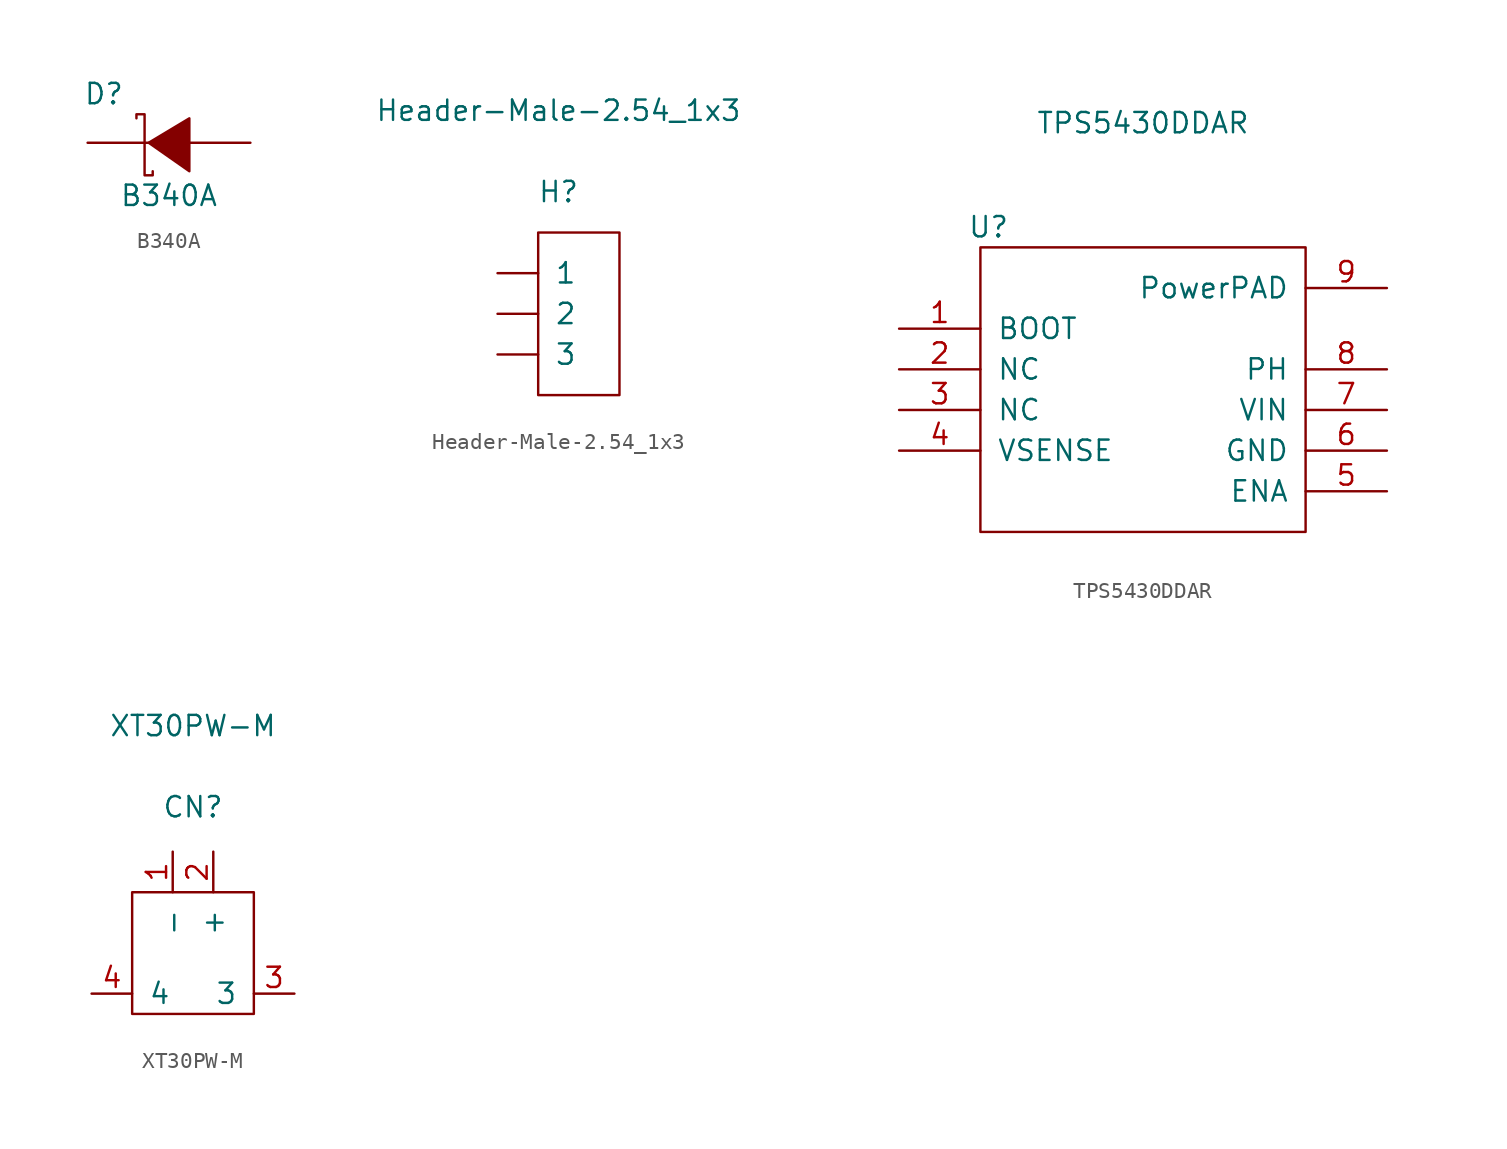
<source format=kicad_sym>
(kicad_symbol_lib
  (version 20231120)
  (generator "kicad_symbol_editor")
  (generator_version "8.0")
  (symbol "B340A"
    (pin_numbers hide)
    (pin_names
      (offset 1.016) hide)
    (property "Reference" "D"
      (at -4.064 3.048 0)
      (effects (font (size 1.27 1.27))))
    (property "Value" "B340A"
      (at 0 -3.302 0)
      (effects (font (size 1.27 1.27))))
    (symbol "B340A_1_1"
      (polyline (pts (xy 1.27 1.524) (xy -1.27 0) (xy 1.27 -1.778) (xy 1.27 1.524)) (stroke (width 0.152) (type solid)) (fill (type outline)))
      (polyline (pts (xy -2.032 1.524) (xy -2.032 1.778) (xy -1.524 1.778) (xy -1.524 -2.032) (xy -1.016 -2.032) (xy -1.016 -1.778)) (stroke (width 0.152) (type solid)) (fill (type none)))
      (pin input line (at -5.08 0 0) (length 3.81) (name "K" (effects (font (size 1.27 1.27)))) (number "1" (effects (font (size 1.27 1.27)))))
      (pin input line (at 5.08 0 180) (length 3.81) (name "A" (effects (font (size 1.27 1.27)))) (number "2" (effects (font (size 1.27 1.27)))))))
  (symbol "Header-Male-2.54_1x3"
    (pin_numbers hide)
    (pin_names
      (offset 1.016))
    (property "Reference" "H"
      (at 0 7.62 0)
      (effects (font (size 1.27 1.27))))
    (property "Value" "Header-Male-2.54_1x3"
      (at 0 12.7 0)
      (effects (font (size 1.27 1.27))))
    (symbol "Header-Male-2.54_1x3_1_1"
      (rectangle (start -1.27 5.08) (end 3.81 -5.08) (stroke (width 0.152) (type solid)) (fill (type none)))
      (pin input line (at -3.81 2.54 0) (length 2.54) (name "1" (effects (font (size 1.27 1.27)))) (number "1" (effects (font (size 1.27 1.27)))))
      (pin input line (at -3.81 0 0) (length 2.54) (name "2" (effects (font (size 1.27 1.27)))) (number "2" (effects (font (size 1.27 1.27)))))
      (pin input line (at -3.81 -2.54 0) (length 2.54) (name "3" (effects (font (size 1.27 1.27)))) (number "3" (effects (font (size 1.27 1.27)))))))
  (symbol "TPS5430DDAR"
    (pin_names
      (offset 1.016))
    (property "Reference" "U"
      (at -9.652 10.16 0)
      (effects (font (size 1.27 1.27))))
    (property "Value" "TPS5430DDAR"
      (at 0 16.662 0)
      (effects (font (size 1.27 1.27))))
    (symbol "TPS5430DDAR_1_1"
      (rectangle (start -10.16 8.89) (end 10.16 -8.89) (stroke (width 0.152) (type solid)) (fill (type none)))
      (pin input line (at -15.24 3.81 0) (length 5.08) (name "BOOT" (effects (font (size 1.27 1.27)))) (number "1" (effects (font (size 1.27 1.27)))))
      (pin input line (at -15.24 1.27 0) (length 5.08) (name "NC" (effects (font (size 1.27 1.27)))) (number "2" (effects (font (size 1.27 1.27)))))
      (pin input line (at -15.24 -1.27 0) (length 5.08) (name "NC" (effects (font (size 1.27 1.27)))) (number "3" (effects (font (size 1.27 1.27)))))
      (pin input line (at -15.24 -3.81 0) (length 5.08) (name "VSENSE" (effects (font (size 1.27 1.27)))) (number "4" (effects (font (size 1.27 1.27)))))
      (pin input line (at 15.24 -6.35 180) (length 5.08) (name "ENA" (effects (font (size 1.27 1.27)))) (number "5" (effects (font (size 1.27 1.27)))))
      (pin input line (at 15.24 -3.81 180) (length 5.08) (name "GND" (effects (font (size 1.27 1.27)))) (number "6" (effects (font (size 1.27 1.27)))))
      (pin input line (at 15.24 -1.27 180) (length 5.08) (name "VIN" (effects (font (size 1.27 1.27)))) (number "7" (effects (font (size 1.27 1.27)))))
      (pin input line (at 15.24 1.27 180) (length 5.08) (name "PH" (effects (font (size 1.27 1.27)))) (number "8" (effects (font (size 1.27 1.27)))))
      (pin input line (at 15.24 6.35 180) (length 5.08) (name "PowerPAD" (effects (font (size 1.27 1.27)))) (number "9" (effects (font (size 1.27 1.27)))))))
  (symbol "XT30PW-M"
    (pin_names
      (offset 1.016))
    (property "Reference" "CN"
      (at 0 7.874 0)
      (effects (font (size 1.27 1.27))))
    (property "Value" "XT30PW-M"
      (at 0 12.954 0)
      (effects (font (size 1.27 1.27))))
    (symbol "XT30PW-M_1_1"
      (rectangle (start -3.81 2.54) (end 3.81 -5.08) (stroke (width 0.152) (type solid)) (fill (type none)))
      (pin input line (at -1.27 5.08 270) (length 2.54) (name "-" (effects (font (size 1.27 1.27)))) (number "1" (effects (font (size 1.27 1.27)))))
      (pin input line (at 1.27 5.08 270) (length 2.54) (name "+" (effects (font (size 1.27 1.27)))) (number "2" (effects (font (size 1.27 1.27)))))
      (pin input line (at 6.35 -3.81 180) (length 2.54) (name "3" (effects (font (size 1.27 1.27)))) (number "3" (effects (font (size 1.27 1.27)))))
      (pin input line (at -6.35 -3.81 0) (length 2.54) (name "4" (effects (font (size 1.27 1.27)))) (number "4" (effects (font (size 1.27 1.27))))))))
</source>
